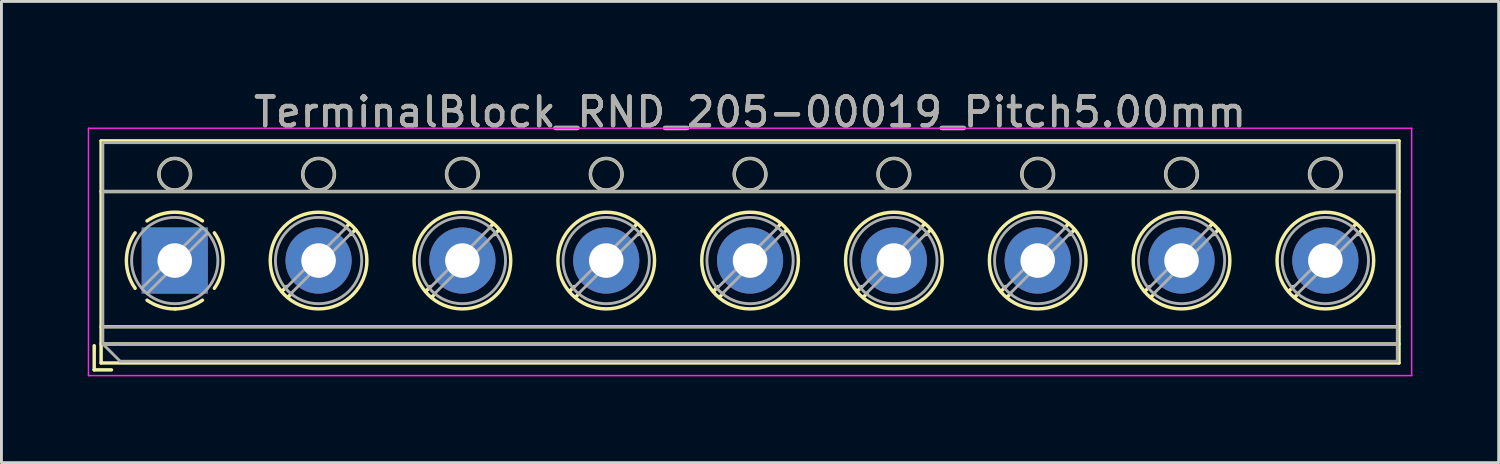
<source format=kicad_pcb>
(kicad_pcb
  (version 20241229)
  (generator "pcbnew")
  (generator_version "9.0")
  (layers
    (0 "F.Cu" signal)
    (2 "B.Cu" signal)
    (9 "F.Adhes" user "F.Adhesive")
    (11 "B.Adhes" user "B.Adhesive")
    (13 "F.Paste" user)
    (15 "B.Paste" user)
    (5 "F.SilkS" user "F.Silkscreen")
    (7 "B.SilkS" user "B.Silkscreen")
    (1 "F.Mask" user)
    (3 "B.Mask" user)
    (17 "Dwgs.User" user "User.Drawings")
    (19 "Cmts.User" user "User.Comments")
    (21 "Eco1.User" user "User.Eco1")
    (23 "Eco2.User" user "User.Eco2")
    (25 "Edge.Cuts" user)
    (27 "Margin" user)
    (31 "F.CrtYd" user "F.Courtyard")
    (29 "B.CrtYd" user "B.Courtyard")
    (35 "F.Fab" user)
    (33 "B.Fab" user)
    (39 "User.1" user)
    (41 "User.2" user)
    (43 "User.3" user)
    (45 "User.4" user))
  (footprint "TerminalBlock_RND_205-00019_Pitch5.00mm"
    (layer "F.Cu")
    (at 3.025 6.008)
    (property "Reference" "TerminalBlock_RND_205-00019_Pitch5.00mm" (at 20 -5.16 0) (layer "F.SilkS") (effects (font (size 1 1) (thickness 0.15))))
    (attr through_hole)
    (fp_line (start -2.8 2.96) (end -2.8 3.8) (stroke (width 0.12) (type solid)) (layer "F.SilkS"))
    (fp_line (start -2.8 3.8) (end -2.2 3.8) (stroke (width 0.12) (type solid)) (layer "F.SilkS"))
    (fp_line (start -2.56 -4.16) (end -2.56 3.56) (stroke (width 0.12) (type solid)) (layer "F.SilkS"))
    (fp_line (start -2.56 -2.4) (end 42.56 -2.4) (stroke (width 0.12) (type solid)) (layer "F.SilkS"))
    (fp_line (start -2.56 2.3) (end 42.56 2.3) (stroke (width 0.12) (type solid)) (layer "F.SilkS"))
    (fp_line (start -2.56 2.9) (end 42.56 2.9) (stroke (width 0.12) (type solid)) (layer "F.SilkS"))
    (fp_line (start -2.56 3.56) (end 42.56 3.56) (stroke (width 0.12) (type solid)) (layer "F.SilkS"))
    (fp_line (start 3.89 0.905) (end 3.726 1.069) (stroke (width 0.12) (type solid)) (layer "F.SilkS"))
    (fp_line (start 4.06 1.146) (end 3.931 1.274) (stroke (width 0.12) (type solid)) (layer "F.SilkS"))
    (fp_line (start 6.07 -1.275) (end 5.941 -1.146) (stroke (width 0.12) (type solid)) (layer "F.SilkS"))
    (fp_line (start 6.275 -1.069) (end 6.111 -0.905) (stroke (width 0.12) (type solid)) (layer "F.SilkS"))
    (fp_line (start 8.89 0.905) (end 8.726 1.069) (stroke (width 0.12) (type solid)) (layer "F.SilkS"))
    (fp_line (start 9.06 1.146) (end 8.931 1.274) (stroke (width 0.12) (type solid)) (layer "F.SilkS"))
    (fp_line (start 11.07 -1.275) (end 10.941 -1.146) (stroke (width 0.12) (type solid)) (layer "F.SilkS"))
    (fp_line (start 11.275 -1.069) (end 11.111 -0.905) (stroke (width 0.12) (type solid)) (layer "F.SilkS"))
    (fp_line (start 13.89 0.905) (end 13.726 1.069) (stroke (width 0.12) (type solid)) (layer "F.SilkS"))
    (fp_line (start 14.06 1.146) (end 13.931 1.274) (stroke (width 0.12) (type solid)) (layer "F.SilkS"))
    (fp_line (start 16.07 -1.275) (end 15.941 -1.146) (stroke (width 0.12) (type solid)) (layer "F.SilkS"))
    (fp_line (start 16.275 -1.069) (end 16.111 -0.905) (stroke (width 0.12) (type solid)) (layer "F.SilkS"))
    (fp_line (start 18.89 0.905) (end 18.726 1.069) (stroke (width 0.12) (type solid)) (layer "F.SilkS"))
    (fp_line (start 19.06 1.146) (end 18.931 1.274) (stroke (width 0.12) (type solid)) (layer "F.SilkS"))
    (fp_line (start 21.07 -1.275) (end 20.941 -1.146) (stroke (width 0.12) (type solid)) (layer "F.SilkS"))
    (fp_line (start 21.275 -1.069) (end 21.111 -0.905) (stroke (width 0.12) (type solid)) (layer "F.SilkS"))
    (fp_line (start 23.89 0.905) (end 23.726 1.069) (stroke (width 0.12) (type solid)) (layer "F.SilkS"))
    (fp_line (start 24.06 1.146) (end 23.931 1.274) (stroke (width 0.12) (type solid)) (layer "F.SilkS"))
    (fp_line (start 26.07 -1.275) (end 25.941 -1.146) (stroke (width 0.12) (type solid)) (layer "F.SilkS"))
    (fp_line (start 26.275 -1.069) (end 26.111 -0.905) (stroke (width 0.12) (type solid)) (layer "F.SilkS"))
    (fp_line (start 28.89 0.905) (end 28.726 1.069) (stroke (width 0.12) (type solid)) (layer "F.SilkS"))
    (fp_line (start 29.06 1.146) (end 28.931 1.274) (stroke (width 0.12) (type solid)) (layer "F.SilkS"))
    (fp_line (start 31.07 -1.275) (end 30.941 -1.146) (stroke (width 0.12) (type solid)) (layer "F.SilkS"))
    (fp_line (start 31.275 -1.069) (end 31.111 -0.905) (stroke (width 0.12) (type solid)) (layer "F.SilkS"))
    (fp_line (start 33.89 0.905) (end 33.726 1.069) (stroke (width 0.12) (type solid)) (layer "F.SilkS"))
    (fp_line (start 34.06 1.146) (end 33.931 1.274) (stroke (width 0.12) (type solid)) (layer "F.SilkS"))
    (fp_line (start 36.07 -1.275) (end 35.941 -1.146) (stroke (width 0.12) (type solid)) (layer "F.SilkS"))
    (fp_line (start 36.275 -1.069) (end 36.111 -0.905) (stroke (width 0.12) (type solid)) (layer "F.SilkS"))
    (fp_line (start 38.89 0.905) (end 38.726 1.069) (stroke (width 0.12) (type solid)) (layer "F.SilkS"))
    (fp_line (start 39.06 1.146) (end 38.931 1.274) (stroke (width 0.12) (type solid)) (layer "F.SilkS"))
    (fp_line (start 41.07 -1.275) (end 40.941 -1.146) (stroke (width 0.12) (type solid)) (layer "F.SilkS"))
    (fp_line (start 41.275 -1.069) (end 41.111 -0.905) (stroke (width 0.12) (type solid)) (layer "F.SilkS"))
    (fp_line (start 42.56 -4.16) (end -2.56 -4.16) (stroke (width 0.12) (type solid)) (layer "F.SilkS"))
    (fp_line (start 42.56 3.56) (end 42.56 -4.16) (stroke (width 0.12) (type solid)) (layer "F.SilkS"))
    (fp_arc (start -1.376825 0.964249) (mid -1.6809 0.000152) (end -1.377 -0.964) (stroke (width 0.12) (type solid)) (layer "F.SilkS"))
    (fp_arc (start -0.964249 -1.376825) (mid -0.000152 -1.6809) (end 0.964 -1.377) (stroke (width 0.12) (type solid)) (layer "F.SilkS"))
    (fp_arc (start 0.029488 1.680641) (mid -0.491302 1.607497) (end -0.964 1.377) (stroke (width 0.12) (type solid)) (layer "F.SilkS"))
    (fp_arc (start 0.963608 1.376175) (mid 0.505186 1.602244) (end 0 1.68) (stroke (width 0.12) (type solid)) (layer "F.SilkS"))
    (fp_arc (start 1.376825 -0.964249) (mid 1.6809 -0.000152) (end 1.377 0.964) (stroke (width 0.12) (type solid)) (layer "F.SilkS"))
    (fp_circle (center 0 -3) (end 0.55 -3) (stroke (width 0.12) (type solid)) (fill no) (layer "F.SilkS"))
    (fp_circle (center 5 -3) (end 5.55 -3) (stroke (width 0.12) (type solid)) (fill no) (layer "F.SilkS"))
    (fp_circle (center 5 0) (end 6.68 0) (stroke (width 0.12) (type solid)) (fill no) (layer "F.SilkS"))
    (fp_circle (center 10 -3) (end 10.55 -3) (stroke (width 0.12) (type solid)) (fill no) (layer "F.SilkS"))
    (fp_circle (center 10 0) (end 11.68 0) (stroke (width 0.12) (type solid)) (fill no) (layer "F.SilkS"))
    (fp_circle (center 15 -3) (end 15.55 -3) (stroke (width 0.12) (type solid)) (fill no) (layer "F.SilkS"))
    (fp_circle (center 15 0) (end 16.68 0) (stroke (width 0.12) (type solid)) (fill no) (layer "F.SilkS"))
    (fp_circle (center 20 -3) (end 20.55 -3) (stroke (width 0.12) (type solid)) (fill no) (layer "F.SilkS"))
    (fp_circle (center 20 0) (end 21.68 0) (stroke (width 0.12) (type solid)) (fill no) (layer "F.SilkS"))
    (fp_circle (center 25 -3) (end 25.55 -3) (stroke (width 0.12) (type solid)) (fill no) (layer "F.SilkS"))
    (fp_circle (center 25 0) (end 26.68 0) (stroke (width 0.12) (type solid)) (fill no) (layer "F.SilkS"))
    (fp_circle (center 30 -3) (end 30.55 -3) (stroke (width 0.12) (type solid)) (fill no) (layer "F.SilkS"))
    (fp_circle (center 30 0) (end 31.68 0) (stroke (width 0.12) (type solid)) (fill no) (layer "F.SilkS"))
    (fp_circle (center 35 -3) (end 35.55 -3) (stroke (width 0.12) (type solid)) (fill no) (layer "F.SilkS"))
    (fp_circle (center 35 0) (end 36.68 0) (stroke (width 0.12) (type solid)) (fill no) (layer "F.SilkS"))
    (fp_circle (center 40 -3) (end 40.55 -3) (stroke (width 0.12) (type solid)) (fill no) (layer "F.SilkS"))
    (fp_circle (center 40 0) (end 41.68 0) (stroke (width 0.12) (type solid)) (fill no) (layer "F.SilkS"))
    (fp_line (start -3 -4.6) (end -3 4) (stroke (width 0.05) (type solid)) (layer "F.CrtYd"))
    (fp_line (start -3 4) (end 43 4) (stroke (width 0.05) (type solid)) (layer "F.CrtYd"))
    (fp_line (start 43 -4.6) (end -3 -4.6) (stroke (width 0.05) (type solid)) (layer "F.CrtYd"))
    (fp_line (start 43 4) (end 43 -4.6) (stroke (width 0.05) (type solid)) (layer "F.CrtYd"))
    (fp_line (start -2.5 -4.1) (end 42.5 -4.1) (stroke (width 0.1) (type solid)) (layer "F.Fab"))
    (fp_line (start -2.5 -2.4) (end 42.5 -2.4) (stroke (width 0.1) (type solid)) (layer "F.Fab"))
    (fp_line (start -2.5 2.3) (end 42.5 2.3) (stroke (width 0.1) (type solid)) (layer "F.Fab"))
    (fp_line (start -2.5 2.9) (end -2.5 -4.1) (stroke (width 0.1) (type solid)) (layer "F.Fab"))
    (fp_line (start -2.5 2.9) (end 42.5 2.9) (stroke (width 0.1) (type solid)) (layer "F.Fab"))
    (fp_line (start -1.9 3.5) (end -2.5 2.9) (stroke (width 0.1) (type solid)) (layer "F.Fab"))
    (fp_line (start 0.955 -1.138) (end -1.138 0.955) (stroke (width 0.1) (type solid)) (layer "F.Fab"))
    (fp_line (start 1.138 -0.955) (end -0.955 1.138) (stroke (width 0.1) (type solid)) (layer "F.Fab"))
    (fp_line (start 5.955 -1.138) (end 3.863 0.955) (stroke (width 0.1) (type solid)) (layer "F.Fab"))
    (fp_line (start 6.138 -0.955) (end 4.046 1.138) (stroke (width 0.1) (type solid)) (layer "F.Fab"))
    (fp_line (start 10.955 -1.138) (end 8.863 0.955) (stroke (width 0.1) (type solid)) (layer "F.Fab"))
    (fp_line (start 11.138 -0.955) (end 9.046 1.138) (stroke (width 0.1) (type solid)) (layer "F.Fab"))
    (fp_line (start 15.955 -1.138) (end 13.863 0.955) (stroke (width 0.1) (type solid)) (layer "F.Fab"))
    (fp_line (start 16.138 -0.955) (end 14.046 1.138) (stroke (width 0.1) (type solid)) (layer "F.Fab"))
    (fp_line (start 20.955 -1.138) (end 18.863 0.955) (stroke (width 0.1) (type solid)) (layer "F.Fab"))
    (fp_line (start 21.138 -0.955) (end 19.046 1.138) (stroke (width 0.1) (type solid)) (layer "F.Fab"))
    (fp_line (start 25.955 -1.138) (end 23.863 0.955) (stroke (width 0.1) (type solid)) (layer "F.Fab"))
    (fp_line (start 26.138 -0.955) (end 24.046 1.138) (stroke (width 0.1) (type solid)) (layer "F.Fab"))
    (fp_line (start 30.955 -1.138) (end 28.863 0.955) (stroke (width 0.1) (type solid)) (layer "F.Fab"))
    (fp_line (start 31.138 -0.955) (end 29.046 1.138) (stroke (width 0.1) (type solid)) (layer "F.Fab"))
    (fp_line (start 35.955 -1.138) (end 33.863 0.955) (stroke (width 0.1) (type solid)) (layer "F.Fab"))
    (fp_line (start 36.138 -0.955) (end 34.046 1.138) (stroke (width 0.1) (type solid)) (layer "F.Fab"))
    (fp_line (start 40.955 -1.138) (end 38.863 0.955) (stroke (width 0.1) (type solid)) (layer "F.Fab"))
    (fp_line (start 41.138 -0.955) (end 39.046 1.138) (stroke (width 0.1) (type solid)) (layer "F.Fab"))
    (fp_line (start 42.5 -4.1) (end 42.5 3.5) (stroke (width 0.1) (type solid)) (layer "F.Fab"))
    (fp_line (start 42.5 3.5) (end -1.9 3.5) (stroke (width 0.1) (type solid)) (layer "F.Fab"))
    (fp_circle (center 0 -3) (end 0.55 -3) (stroke (width 0.1) (type solid)) (fill no) (layer "F.Fab"))
    (fp_circle (center 0 0) (end 1.5 0) (stroke (width 0.1) (type solid)) (fill no) (layer "F.Fab"))
    (fp_circle (center 5 -3) (end 5.55 -3) (stroke (width 0.1) (type solid)) (fill no) (layer "F.Fab"))
    (fp_circle (center 5 0) (end 6.5 0) (stroke (width 0.1) (type solid)) (fill no) (layer "F.Fab"))
    (fp_circle (center 10 -3) (end 10.55 -3) (stroke (width 0.1) (type solid)) (fill no) (layer "F.Fab"))
    (fp_circle (center 10 0) (end 11.5 0) (stroke (width 0.1) (type solid)) (fill no) (layer "F.Fab"))
    (fp_circle (center 15 -3) (end 15.55 -3) (stroke (width 0.1) (type solid)) (fill no) (layer "F.Fab"))
    (fp_circle (center 15 0) (end 16.5 0) (stroke (width 0.1) (type solid)) (fill no) (layer "F.Fab"))
    (fp_circle (center 20 -3) (end 20.55 -3) (stroke (width 0.1) (type solid)) (fill no) (layer "F.Fab"))
    (fp_circle (center 20 0) (end 21.5 0) (stroke (width 0.1) (type solid)) (fill no) (layer "F.Fab"))
    (fp_circle (center 25 -3) (end 25.55 -3) (stroke (width 0.1) (type solid)) (fill no) (layer "F.Fab"))
    (fp_circle (center 25 0) (end 26.5 0) (stroke (width 0.1) (type solid)) (fill no) (layer "F.Fab"))
    (fp_circle (center 30 -3) (end 30.55 -3) (stroke (width 0.1) (type solid)) (fill no) (layer "F.Fab"))
    (fp_circle (center 30 0) (end 31.5 0) (stroke (width 0.1) (type solid)) (fill no) (layer "F.Fab"))
    (fp_circle (center 35 -3) (end 35.55 -3) (stroke (width 0.1) (type solid)) (fill no) (layer "F.Fab"))
    (fp_circle (center 35 0) (end 36.5 0) (stroke (width 0.1) (type solid)) (fill no) (layer "F.Fab"))
    (fp_circle (center 40 -3) (end 40.55 -3) (stroke (width 0.1) (type solid)) (fill no) (layer "F.Fab"))
    (fp_circle (center 40 0) (end 41.5 0) (stroke (width 0.1) (type solid)) (fill no) (layer "F.Fab"))
    (fp_text user "${REFERENCE}" (at 20 -5.16 0) (layer "F.Fab") (effects (font (size 1 1) (thickness 0.15))))
    (pad "1" thru_hole rect (at 0 0) (size 2.3 2.3) (drill 1.2) (layers "*.Cu" "*.Mask"))
    (pad "2" thru_hole circle (at 5 0) (size 2.3 2.3) (drill 1.2) (layers "*.Cu" "*.Mask"))
    (pad "3" thru_hole circle (at 10 0) (size 2.3 2.3) (drill 1.2) (layers "*.Cu" "*.Mask"))
    (pad "4" thru_hole circle (at 15 0) (size 2.3 2.3) (drill 1.2) (layers "*.Cu" "*.Mask"))
    (pad "5" thru_hole circle (at 20 0) (size 2.3 2.3) (drill 1.2) (layers "*.Cu" "*.Mask"))
    (pad "6" thru_hole circle (at 25 0) (size 2.3 2.3) (drill 1.2) (layers "*.Cu" "*.Mask"))
    (pad "7" thru_hole circle (at 30 0) (size 2.3 2.3) (drill 1.2) (layers "*.Cu" "*.Mask"))
    (pad "8" thru_hole circle (at 35 0) (size 2.3 2.3) (drill 1.2) (layers "*.Cu" "*.Mask"))
    (pad "9" thru_hole circle (at 40 0) (size 2.3 2.3) (drill 1.2) (layers "*.Cu" "*.Mask")))
  (gr_rect
    (start -3 -3)
    (end 49.05 13.033)
    (stroke (width 0.1) (type default))
    (fill no)
    (layer "Edge.Cuts")))
</source>
